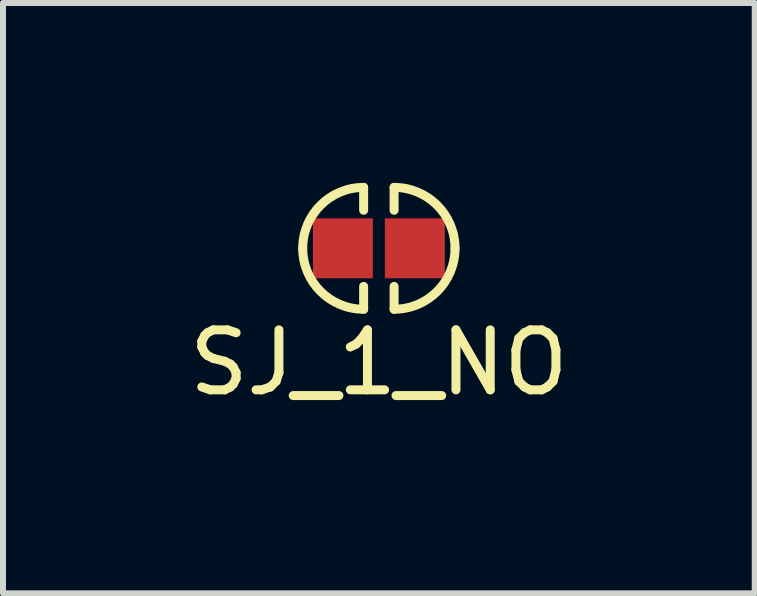
<source format=kicad_pcb>
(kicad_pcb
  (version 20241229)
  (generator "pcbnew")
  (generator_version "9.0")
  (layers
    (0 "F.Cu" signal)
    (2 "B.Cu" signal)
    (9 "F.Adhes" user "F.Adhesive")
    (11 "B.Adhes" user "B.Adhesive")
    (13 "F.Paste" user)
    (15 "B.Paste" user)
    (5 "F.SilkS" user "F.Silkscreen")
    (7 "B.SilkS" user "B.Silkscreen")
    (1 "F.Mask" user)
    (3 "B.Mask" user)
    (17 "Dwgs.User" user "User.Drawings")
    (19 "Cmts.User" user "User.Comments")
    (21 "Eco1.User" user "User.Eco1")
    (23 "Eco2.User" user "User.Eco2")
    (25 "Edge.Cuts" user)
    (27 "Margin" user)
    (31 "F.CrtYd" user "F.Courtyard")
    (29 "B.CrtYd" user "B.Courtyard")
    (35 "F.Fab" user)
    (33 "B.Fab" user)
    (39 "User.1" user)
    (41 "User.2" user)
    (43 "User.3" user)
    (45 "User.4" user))
  (footprint "SJ_1_NO"
    (layer "F.Cu")
    (at 3.268 1.091)
    (property "Reference" "SJ_1_NO" (at 0 1.905 0) (layer "F.SilkS") (effects (font (size 1 1) (thickness 0.15))))
    (attr through_hole)
    (fp_line (start -0.254 -0.635) (end -0.254 -1.016) (stroke (width 0.15) (type solid)) (layer "F.SilkS"))
    (fp_line (start -0.254 0.635) (end -0.254 1.016) (stroke (width 0.15) (type solid)) (layer "F.SilkS"))
    (fp_line (start 0.254 -1.016) (end 0.254 -0.635) (stroke (width 0.15) (type solid)) (layer "F.SilkS"))
    (fp_line (start 0.254 1.016) (end 0.254 0.635) (stroke (width 0.15) (type solid)) (layer "F.SilkS"))
    (fp_arc (start -1.27 0) (mid -0.97242 -0.71842) (end -0.254 -1.016) (stroke (width 0.15) (type solid)) (layer "F.SilkS"))
    (fp_arc (start -0.254 1.016) (mid -0.97242 0.71842) (end -1.27 0) (stroke (width 0.15) (type solid)) (layer "F.SilkS"))
    (fp_arc (start 0.254 -1.016) (mid 0.97242 -0.71842) (end 1.27 0) (stroke (width 0.15) (type solid)) (layer "F.SilkS"))
    (fp_arc (start 1.27 0) (mid 0.97242 0.71842) (end 0.254 1.016) (stroke (width 0.15) (type solid)) (layer "F.SilkS"))
    (pad "1" smd rect (at -0.6 0) (size 1 1) (layers "F.Cu" "F.Mask"))
    (pad "2" smd rect (at 0.6 0) (size 1 1) (layers "F.Cu" "F.Mask")))
  (gr_rect
    (start -3 -3)
    (end 9.536 6.844)
    (stroke (width 0.1) (type default))
    (fill no)
    (layer "Edge.Cuts")))
</source>
